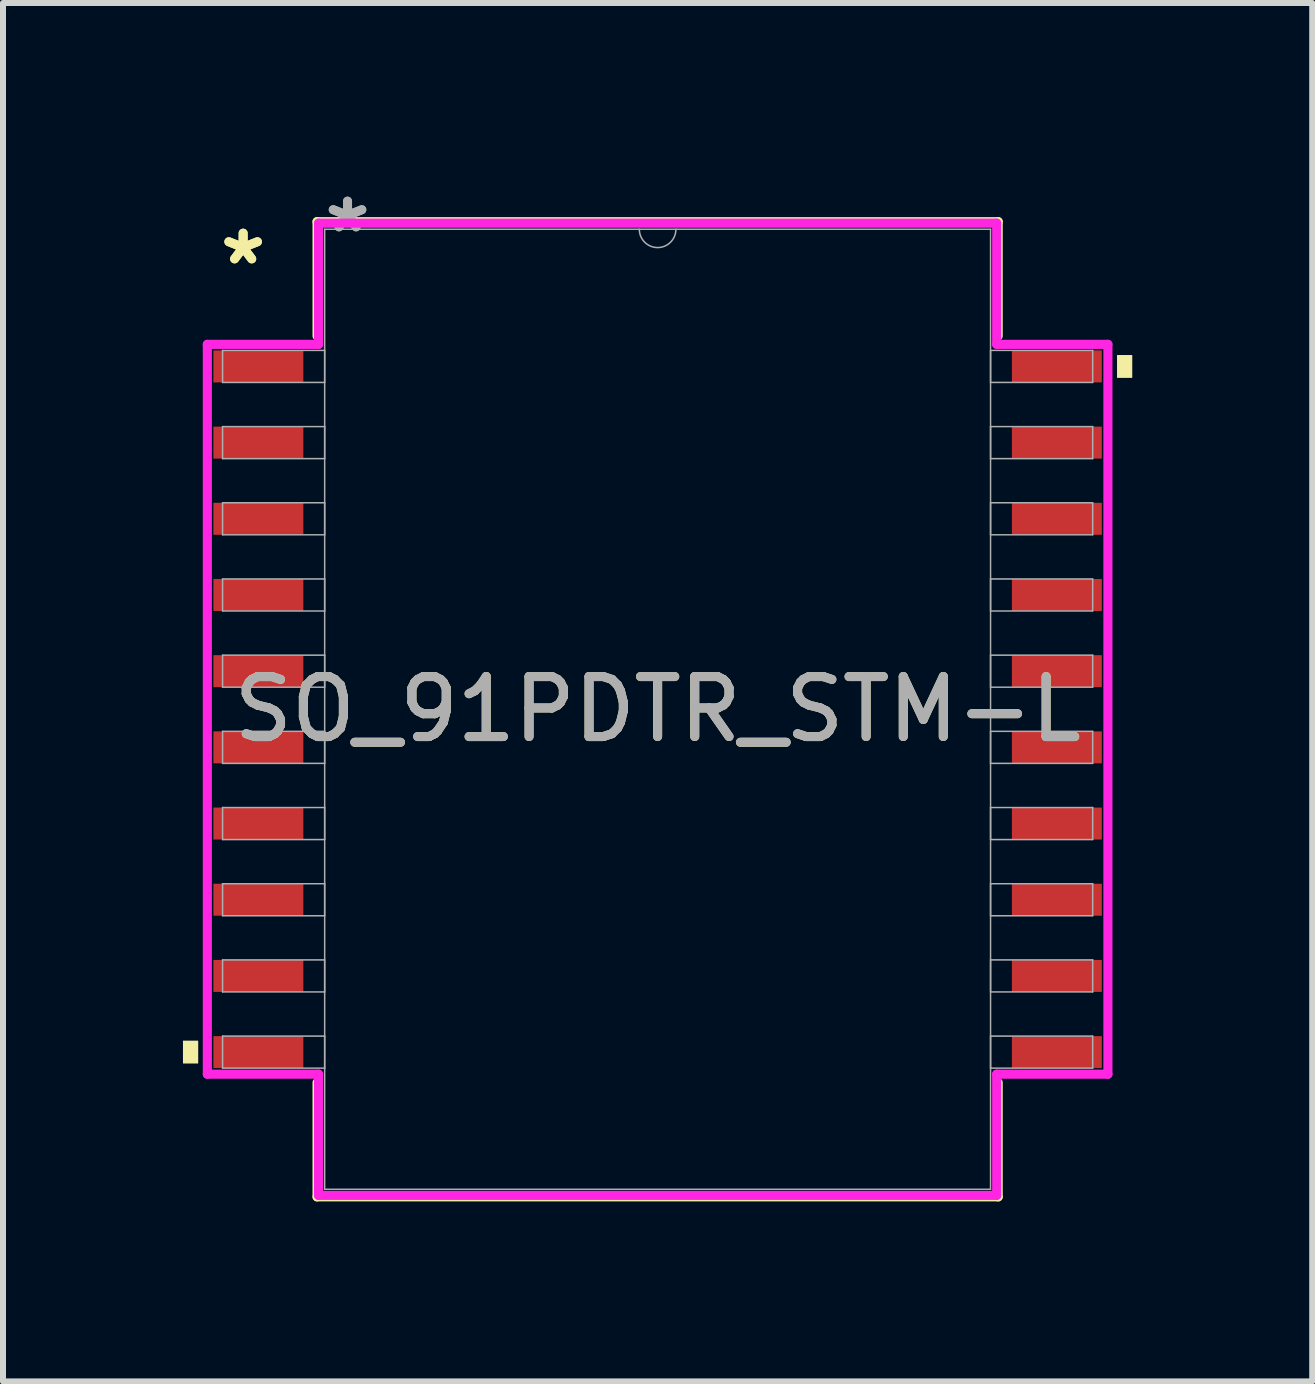
<source format=kicad_pcb>
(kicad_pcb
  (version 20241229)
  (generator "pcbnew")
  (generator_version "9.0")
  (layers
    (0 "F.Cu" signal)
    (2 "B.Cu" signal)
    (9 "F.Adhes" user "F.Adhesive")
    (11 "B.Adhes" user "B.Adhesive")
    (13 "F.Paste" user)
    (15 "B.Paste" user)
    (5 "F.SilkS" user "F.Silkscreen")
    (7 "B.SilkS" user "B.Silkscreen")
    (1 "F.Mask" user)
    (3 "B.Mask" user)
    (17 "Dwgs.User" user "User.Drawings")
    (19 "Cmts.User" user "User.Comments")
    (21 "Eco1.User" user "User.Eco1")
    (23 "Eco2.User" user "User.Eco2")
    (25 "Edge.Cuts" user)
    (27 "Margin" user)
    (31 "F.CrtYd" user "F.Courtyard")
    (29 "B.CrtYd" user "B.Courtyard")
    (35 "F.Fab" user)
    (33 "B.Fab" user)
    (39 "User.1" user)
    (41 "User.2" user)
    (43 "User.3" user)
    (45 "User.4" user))
  (footprint "SO_91PDTR_STM-L"
    (layer "F.Cu")
    (at 7.912 8.773)
    (property "Reference" "SO_91PDTR_STM-L" (at 0 0 0) (unlocked yes) (layer "F.SilkS") (effects (font (size 1 1) (thickness 0.15))))
    (attr smd)
    (fp_line (start -5.677 -8.128) (end -5.677 -6.223) (stroke (width 0.152) (type solid)) (layer "F.SilkS"))
    (fp_line (start -5.677 6.223) (end -5.677 8.128) (stroke (width 0.152) (type solid)) (layer "F.SilkS"))
    (fp_line (start -5.677 8.128) (end 5.677 8.128) (stroke (width 0.152) (type solid)) (layer "F.SilkS"))
    (fp_line (start 5.677 -8.128) (end -5.677 -8.128) (stroke (width 0.152) (type solid)) (layer "F.SilkS"))
    (fp_line (start 5.677 -6.223) (end 5.677 -8.128) (stroke (width 0.152) (type solid)) (layer "F.SilkS"))
    (fp_line (start 5.677 8.128) (end 5.677 6.223) (stroke (width 0.152) (type solid)) (layer "F.SilkS"))
    (fp_poly (pts (xy -7.912 5.524) (xy -7.912 5.905) (xy -7.658 5.905) (xy -7.658 5.524)) (stroke (width 0) (type solid)) (fill yes) (layer "F.SilkS"))
    (fp_poly (pts (xy 7.912 -5.905) (xy 7.912 -5.524) (xy 7.658 -5.524) (xy 7.658 -5.905)) (stroke (width 0) (type solid)) (fill yes) (layer "F.SilkS"))
    (fp_line (start -7.506 -6.083) (end -5.652 -6.083) (stroke (width 0.152) (type solid)) (layer "F.CrtYd"))
    (fp_line (start -7.506 6.083) (end -7.506 -6.083) (stroke (width 0.152) (type solid)) (layer "F.CrtYd"))
    (fp_line (start -7.506 6.083) (end -5.652 6.083) (stroke (width 0.152) (type solid)) (layer "F.CrtYd"))
    (fp_line (start -5.652 -8.103) (end 5.652 -8.103) (stroke (width 0.152) (type solid)) (layer "F.CrtYd"))
    (fp_line (start -5.652 -6.083) (end -5.652 -8.103) (stroke (width 0.152) (type solid)) (layer "F.CrtYd"))
    (fp_line (start -5.652 8.103) (end -5.652 6.083) (stroke (width 0.152) (type solid)) (layer "F.CrtYd"))
    (fp_line (start 5.652 -8.103) (end 5.652 -6.083) (stroke (width 0.152) (type solid)) (layer "F.CrtYd"))
    (fp_line (start 5.652 6.083) (end 5.652 8.103) (stroke (width 0.152) (type solid)) (layer "F.CrtYd"))
    (fp_line (start 5.652 8.103) (end -5.652 8.103) (stroke (width 0.152) (type solid)) (layer "F.CrtYd"))
    (fp_line (start 7.506 -6.083) (end 5.652 -6.083) (stroke (width 0.152) (type solid)) (layer "F.CrtYd"))
    (fp_line (start 7.506 -6.083) (end 7.506 6.083) (stroke (width 0.152) (type solid)) (layer "F.CrtYd"))
    (fp_line (start 7.506 6.083) (end 5.652 6.083) (stroke (width 0.152) (type solid)) (layer "F.CrtYd"))
    (fp_line (start -7.252 -5.982) (end -7.252 -5.448) (stroke (width 0.025) (type solid)) (layer "F.Fab"))
    (fp_line (start -7.252 -5.448) (end -5.55 -5.448) (stroke (width 0.025) (type solid)) (layer "F.Fab"))
    (fp_line (start -7.252 -4.712) (end -7.252 -4.178) (stroke (width 0.025) (type solid)) (layer "F.Fab"))
    (fp_line (start -7.252 -4.178) (end -5.55 -4.178) (stroke (width 0.025) (type solid)) (layer "F.Fab"))
    (fp_line (start -7.252 -3.442) (end -7.252 -2.908) (stroke (width 0.025) (type solid)) (layer "F.Fab"))
    (fp_line (start -7.252 -2.908) (end -5.55 -2.908) (stroke (width 0.025) (type solid)) (layer "F.Fab"))
    (fp_line (start -7.252 -2.172) (end -7.252 -1.638) (stroke (width 0.025) (type solid)) (layer "F.Fab"))
    (fp_line (start -7.252 -1.638) (end -5.55 -1.638) (stroke (width 0.025) (type solid)) (layer "F.Fab"))
    (fp_line (start -7.252 -0.902) (end -7.252 -0.368) (stroke (width 0.025) (type solid)) (layer "F.Fab"))
    (fp_line (start -7.252 -0.368) (end -5.55 -0.368) (stroke (width 0.025) (type solid)) (layer "F.Fab"))
    (fp_line (start -7.252 0.368) (end -7.252 0.902) (stroke (width 0.025) (type solid)) (layer "F.Fab"))
    (fp_line (start -7.252 0.902) (end -5.55 0.902) (stroke (width 0.025) (type solid)) (layer "F.Fab"))
    (fp_line (start -7.252 1.638) (end -7.252 2.172) (stroke (width 0.025) (type solid)) (layer "F.Fab"))
    (fp_line (start -7.252 2.172) (end -5.55 2.172) (stroke (width 0.025) (type solid)) (layer "F.Fab"))
    (fp_line (start -7.252 2.908) (end -7.252 3.442) (stroke (width 0.025) (type solid)) (layer "F.Fab"))
    (fp_line (start -7.252 3.442) (end -5.55 3.442) (stroke (width 0.025) (type solid)) (layer "F.Fab"))
    (fp_line (start -7.252 4.178) (end -7.252 4.712) (stroke (width 0.025) (type solid)) (layer "F.Fab"))
    (fp_line (start -7.252 4.712) (end -5.55 4.712) (stroke (width 0.025) (type solid)) (layer "F.Fab"))
    (fp_line (start -7.252 5.448) (end -7.252 5.982) (stroke (width 0.025) (type solid)) (layer "F.Fab"))
    (fp_line (start -7.252 5.982) (end -5.55 5.982) (stroke (width 0.025) (type solid)) (layer "F.Fab"))
    (fp_line (start -5.55 -8.001) (end -5.55 8.001) (stroke (width 0.025) (type solid)) (layer "F.Fab"))
    (fp_line (start -5.55 -5.982) (end -7.252 -5.982) (stroke (width 0.025) (type solid)) (layer "F.Fab"))
    (fp_line (start -5.55 -5.448) (end -5.55 -5.982) (stroke (width 0.025) (type solid)) (layer "F.Fab"))
    (fp_line (start -5.55 -4.712) (end -7.252 -4.712) (stroke (width 0.025) (type solid)) (layer "F.Fab"))
    (fp_line (start -5.55 -4.178) (end -5.55 -4.712) (stroke (width 0.025) (type solid)) (layer "F.Fab"))
    (fp_line (start -5.55 -3.442) (end -7.252 -3.442) (stroke (width 0.025) (type solid)) (layer "F.Fab"))
    (fp_line (start -5.55 -2.908) (end -5.55 -3.442) (stroke (width 0.025) (type solid)) (layer "F.Fab"))
    (fp_line (start -5.55 -2.172) (end -7.252 -2.172) (stroke (width 0.025) (type solid)) (layer "F.Fab"))
    (fp_line (start -5.55 -1.638) (end -5.55 -2.172) (stroke (width 0.025) (type solid)) (layer "F.Fab"))
    (fp_line (start -5.55 -0.902) (end -7.252 -0.902) (stroke (width 0.025) (type solid)) (layer "F.Fab"))
    (fp_line (start -5.55 -0.368) (end -5.55 -0.902) (stroke (width 0.025) (type solid)) (layer "F.Fab"))
    (fp_line (start -5.55 0.368) (end -7.252 0.368) (stroke (width 0.025) (type solid)) (layer "F.Fab"))
    (fp_line (start -5.55 0.902) (end -5.55 0.368) (stroke (width 0.025) (type solid)) (layer "F.Fab"))
    (fp_line (start -5.55 1.638) (end -7.252 1.638) (stroke (width 0.025) (type solid)) (layer "F.Fab"))
    (fp_line (start -5.55 2.172) (end -5.55 1.638) (stroke (width 0.025) (type solid)) (layer "F.Fab"))
    (fp_line (start -5.55 2.908) (end -7.252 2.908) (stroke (width 0.025) (type solid)) (layer "F.Fab"))
    (fp_line (start -5.55 3.442) (end -5.55 2.908) (stroke (width 0.025) (type solid)) (layer "F.Fab"))
    (fp_line (start -5.55 4.178) (end -7.252 4.178) (stroke (width 0.025) (type solid)) (layer "F.Fab"))
    (fp_line (start -5.55 4.712) (end -5.55 4.178) (stroke (width 0.025) (type solid)) (layer "F.Fab"))
    (fp_line (start -5.55 5.448) (end -7.252 5.448) (stroke (width 0.025) (type solid)) (layer "F.Fab"))
    (fp_line (start -5.55 5.982) (end -5.55 5.448) (stroke (width 0.025) (type solid)) (layer "F.Fab"))
    (fp_line (start -5.55 8.001) (end 5.55 8.001) (stroke (width 0.025) (type solid)) (layer "F.Fab"))
    (fp_line (start 5.55 -8.001) (end -5.55 -8.001) (stroke (width 0.025) (type solid)) (layer "F.Fab"))
    (fp_line (start 5.55 -5.982) (end 5.55 -5.448) (stroke (width 0.025) (type solid)) (layer "F.Fab"))
    (fp_line (start 5.55 -5.448) (end 7.252 -5.448) (stroke (width 0.025) (type solid)) (layer "F.Fab"))
    (fp_line (start 5.55 -4.712) (end 5.55 -4.178) (stroke (width 0.025) (type solid)) (layer "F.Fab"))
    (fp_line (start 5.55 -4.178) (end 7.252 -4.178) (stroke (width 0.025) (type solid)) (layer "F.Fab"))
    (fp_line (start 5.55 -3.442) (end 5.55 -2.908) (stroke (width 0.025) (type solid)) (layer "F.Fab"))
    (fp_line (start 5.55 -2.908) (end 7.252 -2.908) (stroke (width 0.025) (type solid)) (layer "F.Fab"))
    (fp_line (start 5.55 -2.172) (end 5.55 -1.638) (stroke (width 0.025) (type solid)) (layer "F.Fab"))
    (fp_line (start 5.55 -1.638) (end 7.252 -1.638) (stroke (width 0.025) (type solid)) (layer "F.Fab"))
    (fp_line (start 5.55 -0.902) (end 5.55 -0.368) (stroke (width 0.025) (type solid)) (layer "F.Fab"))
    (fp_line (start 5.55 -0.368) (end 7.252 -0.368) (stroke (width 0.025) (type solid)) (layer "F.Fab"))
    (fp_line (start 5.55 0.368) (end 5.55 0.902) (stroke (width 0.025) (type solid)) (layer "F.Fab"))
    (fp_line (start 5.55 0.902) (end 7.252 0.902) (stroke (width 0.025) (type solid)) (layer "F.Fab"))
    (fp_line (start 5.55 1.638) (end 5.55 2.172) (stroke (width 0.025) (type solid)) (layer "F.Fab"))
    (fp_line (start 5.55 2.172) (end 7.252 2.172) (stroke (width 0.025) (type solid)) (layer "F.Fab"))
    (fp_line (start 5.55 2.908) (end 5.55 3.442) (stroke (width 0.025) (type solid)) (layer "F.Fab"))
    (fp_line (start 5.55 3.442) (end 7.252 3.442) (stroke (width 0.025) (type solid)) (layer "F.Fab"))
    (fp_line (start 5.55 4.178) (end 5.55 4.712) (stroke (width 0.025) (type solid)) (layer "F.Fab"))
    (fp_line (start 5.55 4.712) (end 7.252 4.712) (stroke (width 0.025) (type solid)) (layer "F.Fab"))
    (fp_line (start 5.55 5.448) (end 5.55 5.982) (stroke (width 0.025) (type solid)) (layer "F.Fab"))
    (fp_line (start 5.55 5.982) (end 7.252 5.982) (stroke (width 0.025) (type solid)) (layer "F.Fab"))
    (fp_line (start 5.55 8.001) (end 5.55 -8.001) (stroke (width 0.025) (type solid)) (layer "F.Fab"))
    (fp_line (start 7.252 -5.982) (end 5.55 -5.982) (stroke (width 0.025) (type solid)) (layer "F.Fab"))
    (fp_line (start 7.252 -5.448) (end 7.252 -5.982) (stroke (width 0.025) (type solid)) (layer "F.Fab"))
    (fp_line (start 7.252 -4.712) (end 5.55 -4.712) (stroke (width 0.025) (type solid)) (layer "F.Fab"))
    (fp_line (start 7.252 -4.178) (end 7.252 -4.712) (stroke (width 0.025) (type solid)) (layer "F.Fab"))
    (fp_line (start 7.252 -3.442) (end 5.55 -3.442) (stroke (width 0.025) (type solid)) (layer "F.Fab"))
    (fp_line (start 7.252 -2.908) (end 7.252 -3.442) (stroke (width 0.025) (type solid)) (layer "F.Fab"))
    (fp_line (start 7.252 -2.172) (end 5.55 -2.172) (stroke (width 0.025) (type solid)) (layer "F.Fab"))
    (fp_line (start 7.252 -1.638) (end 7.252 -2.172) (stroke (width 0.025) (type solid)) (layer "F.Fab"))
    (fp_line (start 7.252 -0.902) (end 5.55 -0.902) (stroke (width 0.025) (type solid)) (layer "F.Fab"))
    (fp_line (start 7.252 -0.368) (end 7.252 -0.902) (stroke (width 0.025) (type solid)) (layer "F.Fab"))
    (fp_line (start 7.252 0.368) (end 5.55 0.368) (stroke (width 0.025) (type solid)) (layer "F.Fab"))
    (fp_line (start 7.252 0.902) (end 7.252 0.368) (stroke (width 0.025) (type solid)) (layer "F.Fab"))
    (fp_line (start 7.252 1.638) (end 5.55 1.638) (stroke (width 0.025) (type solid)) (layer "F.Fab"))
    (fp_line (start 7.252 2.172) (end 7.252 1.638) (stroke (width 0.025) (type solid)) (layer "F.Fab"))
    (fp_line (start 7.252 2.908) (end 5.55 2.908) (stroke (width 0.025) (type solid)) (layer "F.Fab"))
    (fp_line (start 7.252 3.442) (end 7.252 2.908) (stroke (width 0.025) (type solid)) (layer "F.Fab"))
    (fp_line (start 7.252 4.178) (end 5.55 4.178) (stroke (width 0.025) (type solid)) (layer "F.Fab"))
    (fp_line (start 7.252 4.712) (end 7.252 4.178) (stroke (width 0.025) (type solid)) (layer "F.Fab"))
    (fp_line (start 7.252 5.448) (end 5.55 5.448) (stroke (width 0.025) (type solid)) (layer "F.Fab"))
    (fp_line (start 7.252 5.982) (end 7.252 5.448) (stroke (width 0.025) (type solid)) (layer "F.Fab"))
    (fp_arc (start 0.3048 -8.001) (mid 0 -7.6962) (end -0.3048 -8.001) (stroke (width 0.0254) (type solid)) (layer "F.Fab"))
    (fp_text user "*" (at -6.909 -7.391 0) (layer "F.SilkS") (effects (font (size 1 1) (thickness 0.15))))
    (fp_text user "*" (at -6.909 -7.391 0) (unlocked yes) (layer "F.SilkS") (effects (font (size 1 1) (thickness 0.15))))
    (fp_text user "*" (at -5.169 -7.925 0) (unlocked yes) (layer "F.Fab") (effects (font (size 1 1) (thickness 0.15))))
    (fp_text user "*" (at -5.169 -7.925 0) (layer "F.Fab") (effects (font (size 1 1) (thickness 0.15))))
    (fp_text user "${REFERENCE}" (at 0 0 0) (unlocked yes) (layer "F.Fab") (effects (font (size 1 1) (thickness 0.15))))
    (pad "1" smd rect (at -6.655 -5.715) (size 1.499 0.533) (layers "F.Cu" "F.Mask" "F.Paste"))
    (pad "2" smd rect (at -6.655 -4.445) (size 1.499 0.533) (layers "F.Cu" "F.Mask" "F.Paste"))
    (pad "3" smd rect (at -6.655 -3.175) (size 1.499 0.533) (layers "F.Cu" "F.Mask" "F.Paste"))
    (pad "4" smd rect (at -6.655 -1.905) (size 1.499 0.533) (layers "F.Cu" "F.Mask" "F.Paste"))
    (pad "5" smd rect (at -6.655 -0.635) (size 1.499 0.533) (layers "F.Cu" "F.Mask" "F.Paste"))
    (pad "6" smd rect (at -6.655 0.635) (size 1.499 0.533) (layers "F.Cu" "F.Mask" "F.Paste"))
    (pad "7" smd rect (at -6.655 1.905) (size 1.499 0.533) (layers "F.Cu" "F.Mask" "F.Paste"))
    (pad "8" smd rect (at -6.655 3.175) (size 1.499 0.533) (layers "F.Cu" "F.Mask" "F.Paste"))
    (pad "9" smd rect (at -6.655 4.445) (size 1.499 0.533) (layers "F.Cu" "F.Mask" "F.Paste"))
    (pad "10" smd rect (at -6.655 5.715) (size 1.499 0.533) (layers "F.Cu" "F.Mask" "F.Paste"))
    (pad "11" smd rect (at 6.655 5.715) (size 1.499 0.533) (layers "F.Cu" "F.Mask" "F.Paste"))
    (pad "12" smd rect (at 6.655 4.445) (size 1.499 0.533) (layers "F.Cu" "F.Mask" "F.Paste"))
    (pad "13" smd rect (at 6.655 3.175) (size 1.499 0.533) (layers "F.Cu" "F.Mask" "F.Paste"))
    (pad "14" smd rect (at 6.655 1.905) (size 1.499 0.533) (layers "F.Cu" "F.Mask" "F.Paste"))
    (pad "15" smd rect (at 6.655 0.635) (size 1.499 0.533) (layers "F.Cu" "F.Mask" "F.Paste"))
    (pad "16" smd rect (at 6.655 -0.635) (size 1.499 0.533) (layers "F.Cu" "F.Mask" "F.Paste"))
    (pad "17" smd rect (at 6.655 -1.905) (size 1.499 0.533) (layers "F.Cu" "F.Mask" "F.Paste"))
    (pad "18" smd rect (at 6.655 -3.175) (size 1.499 0.533) (layers "F.Cu" "F.Mask" "F.Paste"))
    (pad "19" smd rect (at 6.655 -4.445) (size 1.499 0.533) (layers "F.Cu" "F.Mask" "F.Paste"))
    (pad "20" smd rect (at 6.655 -5.715) (size 1.499 0.533) (layers "F.Cu" "F.Mask" "F.Paste")))
  (gr_rect
    (start -3 -3)
    (end 18.824 19.977)
    (stroke (width 0.1) (type default))
    (fill no)
    (layer "Edge.Cuts")))
</source>
